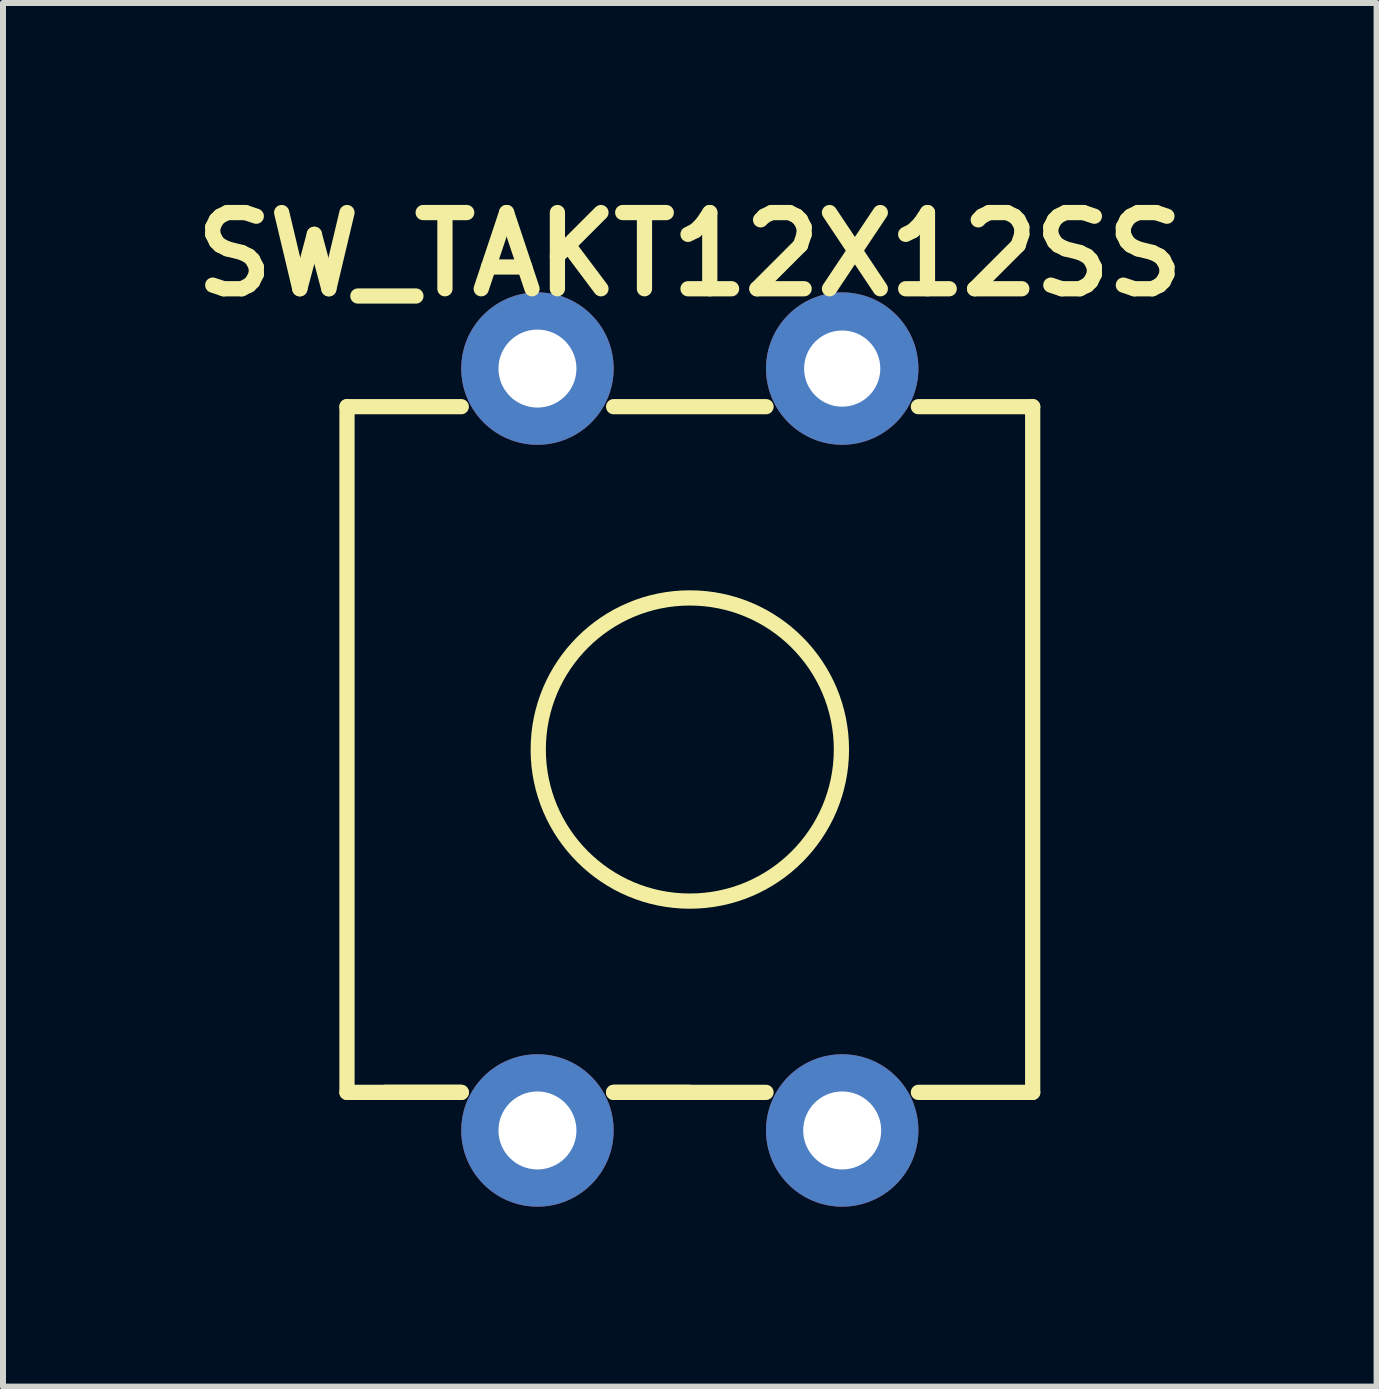
<source format=kicad_pcb>
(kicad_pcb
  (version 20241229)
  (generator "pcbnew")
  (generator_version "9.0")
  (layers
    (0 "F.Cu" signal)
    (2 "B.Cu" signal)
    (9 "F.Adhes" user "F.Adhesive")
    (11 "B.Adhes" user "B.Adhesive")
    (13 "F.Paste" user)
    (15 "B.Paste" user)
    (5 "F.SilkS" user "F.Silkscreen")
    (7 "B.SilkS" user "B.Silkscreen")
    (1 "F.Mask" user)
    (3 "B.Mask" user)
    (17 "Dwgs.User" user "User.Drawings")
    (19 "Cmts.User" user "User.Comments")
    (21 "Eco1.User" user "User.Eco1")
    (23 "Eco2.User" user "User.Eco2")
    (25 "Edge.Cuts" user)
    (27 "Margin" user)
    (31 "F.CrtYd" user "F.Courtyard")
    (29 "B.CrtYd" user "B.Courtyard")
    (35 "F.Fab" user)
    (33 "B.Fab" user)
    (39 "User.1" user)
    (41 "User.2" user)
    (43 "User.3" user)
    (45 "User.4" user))
  (footprint "SW_TAKT12X12SS"
    (layer "F.Cu")
    (at 8.449 9.444)
    (property "Reference" "SW_TAKT12X12SS" (at 0 -8.255 0) (layer "F.SilkS") (effects (font (size 1.27 1.27) (thickness 0.254))))
    (attr through_hole)
    (fp_line (start -5.715 -5.715) (end -3.81 -5.715) (stroke (width 0.254) (type solid)) (layer "F.SilkS"))
    (fp_line (start -5.715 5.715) (end -5.715 -5.715) (stroke (width 0.254) (type solid)) (layer "F.SilkS"))
    (fp_line (start -5.715 5.715) (end -3.81 5.715) (stroke (width 0.254) (type solid)) (layer "F.SilkS"))
    (fp_line (start -3.81 5.715) (end -5.08 5.715) (stroke (width 0.254) (type solid)) (layer "F.SilkS"))
    (fp_line (start -1.27 -5.715) (end 1.27 -5.715) (stroke (width 0.254) (type solid)) (layer "F.SilkS"))
    (fp_line (start -1.27 5.715) (end 1.27 5.715) (stroke (width 0.254) (type solid)) (layer "F.SilkS"))
    (fp_line (start 0 5.715) (end -1.27 5.715) (stroke (width 0.254) (type solid)) (layer "F.SilkS"))
    (fp_line (start 3.81 -5.715) (end 5.715 -5.715) (stroke (width 0.254) (type solid)) (layer "F.SilkS"))
    (fp_line (start 3.81 5.715) (end 5.715 5.715) (stroke (width 0.254) (type solid)) (layer "F.SilkS"))
    (fp_line (start 5.715 -5.715) (end 5.715 5.715) (stroke (width 0.254) (type solid)) (layer "F.SilkS"))
    (fp_circle (center 0 0) (end 2.49 0.43) (stroke (width 0.254) (type solid)) (fill no) (layer "F.SilkS"))
    (pad "1" thru_hole circle (at -2.54 6.35) (size 2.54 2.54) (drill 1.3) (layers "*.Cu" "*.Mask"))
    (pad "2" thru_hole circle (at 2.54 6.35) (size 2.54 2.54) (drill 1.3) (layers "*.Cu" "*.Mask"))
    (pad "3" thru_hole circle (at 2.54 -6.35) (size 2.54 2.54) (drill 1.27) (layers "*.Cu" "*.Mask"))
    (pad "4" thru_hole circle (at -2.54 -6.35) (size 2.54 2.54) (drill 1.3) (layers "*.Cu" "*.Mask")))
  (gr_rect
    (start -3 -3)
    (end 19.897 20.064)
    (stroke (width 0.1) (type default))
    (fill no)
    (layer "Edge.Cuts")))
</source>
